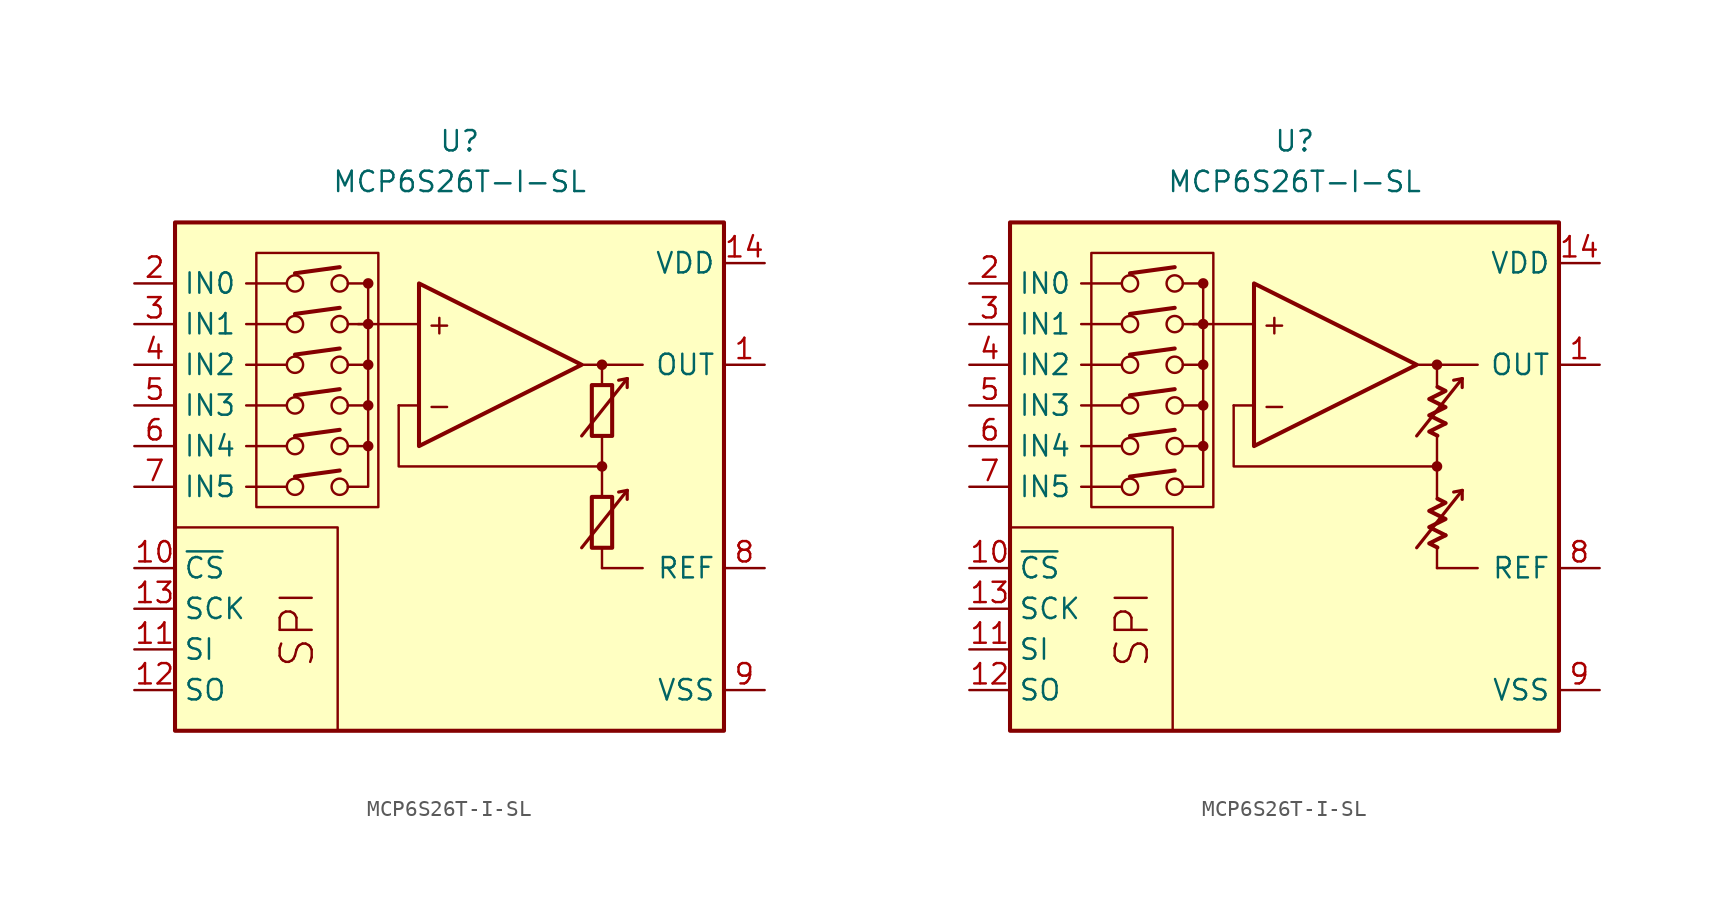
<source format=kicad_sym>
(kicad_symbol_lib
  (version 20231120)
  (generator "kicad_symbol_editor")
  (generator_version "8.0")
  (symbol "MCP6S26T-I-SL"
    (property "Reference" "U"
      (at 0 19.05 0)
      (effects (font (size 1.27 1.27))))
    (property "Value" "MCP6S26T-I-SL"
      (at 0 16.51 0)
      (effects (font (size 1.27 1.27))))
    (symbol "MCP6S26T-I-SL_0_0"
      (rectangle (start -17.78 13.97) (end 16.51 -17.78) (stroke (width 0.254) (type default)) (fill (type background)))
      (rectangle (start -12.7 12.065) (end -5.08 -3.81) (stroke (width 0.152) (type default)) (fill (type none)))
      (circle (center -10.287 -2.54) (radius 0.508) (stroke (width 0) (type default)) (fill (type none)))
      (circle (center -10.287 0) (radius 0.508) (stroke (width 0) (type default)) (fill (type none)))
      (circle (center -10.287 2.54) (radius 0.508) (stroke (width 0) (type default)) (fill (type none)))
      (circle (center -10.287 5.08) (radius 0.508) (stroke (width 0) (type default)) (fill (type none)))
      (circle (center -10.287 7.62) (radius 0.508) (stroke (width 0) (type default)) (fill (type none)))
      (circle (center -10.287 10.16) (radius 0.508) (stroke (width 0) (type default)) (fill (type none)))
      (circle (center -7.493 -2.54) (radius 0.508) (stroke (width 0) (type default)) (fill (type none)))
      (circle (center -7.493 0) (radius 0.508) (stroke (width 0) (type default)) (fill (type none)))
      (circle (center -7.493 2.54) (radius 0.508) (stroke (width 0) (type default)) (fill (type none)))
      (circle (center -7.493 5.08) (radius 0.508) (stroke (width 0) (type default)) (fill (type none)))
      (circle (center -7.493 7.62) (radius 0.508) (stroke (width 0) (type default)) (fill (type none)))
      (circle (center -7.493 10.16) (radius 0.508) (stroke (width 0) (type default)) (fill (type none)))
      (circle (center -5.715 0) (radius 0.254) (stroke (width 0.152) (type default)) (fill (type outline)))
      (circle (center -5.715 2.54) (radius 0.254) (stroke (width 0.152) (type default)) (fill (type outline)))
      (circle (center -5.715 5.08) (radius 0.254) (stroke (width 0.152) (type default)) (fill (type outline)))
      (circle (center -5.715 7.62) (radius 0.254) (stroke (width 0.152) (type default)) (fill (type outline)))
      (circle (center -5.715 10.16) (radius 0.254) (stroke (width 0.152) (type default)) (fill (type outline)))
      (polyline (pts (xy 8.89 -3.81)) (stroke (width 0.152) (type default)) (fill (type none)))
      (polyline (pts (xy 8.89 -3.81)) (stroke (width 0.152) (type default)) (fill (type none)))
      (polyline (pts (xy 8.89 -3.175)) (stroke (width 0.152) (type default)) (fill (type none)))
      (polyline (pts (xy 8.89 3.175)) (stroke (width 0.152) (type default)) (fill (type none)))
      (polyline (pts (xy 8.89 3.81)) (stroke (width 0.152) (type default)) (fill (type none)))
      (polyline (pts (xy 8.89 3.81)) (stroke (width 0.152) (type default)) (fill (type none)))
      (polyline (pts (xy -10.795 -2.54) (xy -13.335 -2.54)) (stroke (width 0.152) (type default)) (fill (type none)))
      (polyline (pts (xy -10.795 0) (xy -13.335 0)) (stroke (width 0.152) (type default)) (fill (type none)))
      (polyline (pts (xy -10.795 2.54) (xy -13.335 2.54)) (stroke (width 0.152) (type default)) (fill (type none)))
      (polyline (pts (xy -10.795 5.08) (xy -13.335 5.08)) (stroke (width 0.152) (type default)) (fill (type none)))
      (polyline (pts (xy -10.795 7.62) (xy -13.335 7.62)) (stroke (width 0.152) (type default)) (fill (type none)))
      (polyline (pts (xy -10.795 10.16) (xy -13.335 10.16)) (stroke (width 0.152) (type default)) (fill (type none)))
      (polyline (pts (xy -10.287 -1.905) (xy -7.493 -1.524)) (stroke (width 0.254) (type default)) (fill (type none)))
      (polyline (pts (xy -10.287 0.635) (xy -7.493 1.016)) (stroke (width 0.254) (type default)) (fill (type none)))
      (polyline (pts (xy -10.287 3.175) (xy -7.493 3.556)) (stroke (width 0.254) (type default)) (fill (type none)))
      (polyline (pts (xy -10.287 5.715) (xy -7.493 6.096)) (stroke (width 0.254) (type default)) (fill (type none)))
      (polyline (pts (xy -10.287 8.255) (xy -7.493 8.636)) (stroke (width 0.254) (type default)) (fill (type none)))
      (polyline (pts (xy -10.287 10.795) (xy -7.493 11.176)) (stroke (width 0.254) (type default)) (fill (type none)))
      (polyline (pts (xy -5.715 10.16) (xy -6.985 10.16)) (stroke (width 0.152) (type default)) (fill (type none)))
      (polyline (pts (xy -2.54 2.54) (xy -3.81 2.54)) (stroke (width 0.152) (type default)) (fill (type none)))
      (polyline (pts (xy -2.54 7.62) (xy -6.35 7.62)) (stroke (width 0.152) (type default)) (fill (type none)))
      (polyline (pts (xy 7.62 5.08) (xy 11.43 5.08)) (stroke (width 0.152) (type default)) (fill (type none)))
      (polyline (pts (xy 8.89 -6.35) (xy 8.89 -7.62)) (stroke (width 0.152) (type default)) (fill (type none)))
      (polyline (pts (xy 8.89 -1.27) (xy 8.89 -3.175)) (stroke (width 0.152) (type default)) (fill (type none)))
      (polyline (pts (xy 8.89 0.635) (xy 8.89 -1.27)) (stroke (width 0.152) (type default)) (fill (type none)))
      (polyline (pts (xy 8.89 5.08) (xy 8.89 3.81)) (stroke (width 0.152) (type default)) (fill (type none)))
      (polyline (pts (xy -7.62 -17.78) (xy -7.62 -5.08) (xy -17.78 -5.08)) (stroke (width 0.152) (type default)) (fill (type none)))
      (polyline (pts (xy -6.985 -2.54) (xy -5.715 -2.54) (xy -5.715 0)) (stroke (width 0.152) (type default)) (fill (type none)))
      (polyline (pts (xy -6.985 0) (xy -5.715 0) (xy -5.715 2.54)) (stroke (width 0.152) (type default)) (fill (type none)))
      (polyline (pts (xy -6.985 2.54) (xy -5.715 2.54) (xy -5.715 5.08)) (stroke (width 0.152) (type default)) (fill (type none)))
      (polyline (pts (xy -6.985 5.08) (xy -5.715 5.08) (xy -5.715 7.62)) (stroke (width 0.152) (type default)) (fill (type none)))
      (polyline (pts (xy -6.985 7.62) (xy -5.715 7.62) (xy -5.715 10.16)) (stroke (width 0.152) (type default)) (fill (type none)))
      (polyline (pts (xy 8.89 -1.27) (xy -3.81 -1.27) (xy -3.81 2.54)) (stroke (width 0.152) (type default)) (fill (type none)))
      (circle (center 8.89 -1.27) (radius 0.254) (stroke (width 0.152) (type default)) (fill (type outline)))
      (circle (center 8.89 5.08) (radius 0.254) (stroke (width 0.152) (type default)) (fill (type outline)))
      (text "+" (at -1.27 7.62 0) (effects (font (size 1.27 1.27))))
      (text "-" (at -1.27 2.54 0) (effects (font (size 1.27 1.27))))
      (text "SPI" (at -10.16 -11.43 900) (effects (font (size 2 2)))))
    (symbol "MCP6S26T-I-SL_0_1"
      (rectangle (start 8.255 -3.175) (end 9.525 -6.35) (stroke (width 0.254) (type default)) (fill (type none)))
      (rectangle (start 8.255 3.81) (end 9.525 0.635) (stroke (width 0.254) (type default)) (fill (type none))))
    (symbol "MCP6S26T-I-SL_0_2"
      (polyline (pts (xy 9.422 -5.572) (xy 8.406 -6.08) (xy 8.915 -6.333)) (stroke (width 0.254) (type default)) (fill (type none)))
      (polyline (pts (xy 9.422 1.413) (xy 8.406 0.905) (xy 8.915 0.651)) (stroke (width 0.254) (type default)) (fill (type none)))
      (polyline (pts (xy 8.915 -3.285) (xy 9.422 -3.539) (xy 8.406 -4.048) (xy 9.422 -4.556) (xy 8.406 -5.064) (xy 9.422 -5.572)) (stroke (width 0.254) (type default)) (fill (type none)))
      (polyline (pts (xy 8.915 3.7) (xy 9.422 3.446) (xy 8.406 2.938) (xy 9.422 2.429) (xy 8.406 1.921) (xy 9.422 1.413)) (stroke (width 0.254) (type default)) (fill (type none))))
    (symbol "MCP6S26T-I-SL_1_0"
      (polyline (pts (xy 8.89 -7.62) (xy 11.43 -7.62)) (stroke (width 0) (type default)) (fill (type none)))
      (polyline (pts (xy 10.465 -2.769) (xy 9.931 -2.87)) (stroke (width 0.2) (type default)) (fill (type none)))
      (polyline (pts (xy 10.465 -2.769) (xy 10.465 -3.327)) (stroke (width 0.2) (type default)) (fill (type none)))
      (polyline (pts (xy 10.465 4.216) (xy 9.931 4.115)) (stroke (width 0.2) (type default)) (fill (type none)))
      (polyline (pts (xy 10.465 4.216) (xy 10.465 3.658)) (stroke (width 0.2) (type default)) (fill (type none)))
      (polyline (pts (xy -2.54 10.16) (xy -2.54 0) (xy 7.62 5.08) (xy -2.54 10.16)) (stroke (width 0.254) (type default)) (fill (type background)))
      (polyline (pts (xy 7.62 -6.35) (xy 10.465 -2.769) (xy 10.465 -2.769) (xy 10.465 -2.769)) (stroke (width 0.2) (type default)) (fill (type none)))
      (polyline (pts (xy 7.62 0.635) (xy 10.465 4.216) (xy 10.465 4.216) (xy 10.465 4.216)) (stroke (width 0.2) (type default)) (fill (type none))))
    (symbol "MCP6S26T-I-SL_1_1"
      (pin output line (at 19.05 5.08 180) (length 2.54) (name "OUT" (effects (font (size 1.27 1.27)))) (number "1" (effects (font (size 1.27 1.27)))))
      (pin input line (at -20.32 -7.62 0) (length 2.54) (name "~{CS}" (effects (font (size 1.27 1.27)))) (number "10" (effects (font (size 1.27 1.27)))))
      (pin input line (at -20.32 -12.7 0) (length 2.54) (name "SI" (effects (font (size 1.27 1.27)))) (number "11" (effects (font (size 1.27 1.27)))))
      (pin output line (at -20.32 -15.24 0) (length 2.54) (name "SO" (effects (font (size 1.27 1.27)))) (number "12" (effects (font (size 1.27 1.27)))))
      (pin input line (at -20.32 -10.16 0) (length 2.54) (name "SCK" (effects (font (size 1.27 1.27)))) (number "13" (effects (font (size 1.27 1.27)))))
      (pin power_in line (at 19.05 11.43 180) (length 2.54) (name "VDD" (effects (font (size 1.27 1.27)))) (number "14" (effects (font (size 1.27 1.27)))))
      (pin input line (at -20.32 10.16 0) (length 2.54) (name "IN0" (effects (font (size 1.27 1.27)))) (number "2" (effects (font (size 1.27 1.27)))))
      (pin input line (at -20.32 7.62 0) (length 2.54) (name "IN1" (effects (font (size 1.27 1.27)))) (number "3" (effects (font (size 1.27 1.27)))))
      (pin input line (at -20.32 5.08 0) (length 2.54) (name "IN2" (effects (font (size 1.27 1.27)))) (number "4" (effects (font (size 1.27 1.27)))))
      (pin input line (at -20.32 2.54 0) (length 2.54) (name "IN3" (effects (font (size 1.27 1.27)))) (number "5" (effects (font (size 1.27 1.27)))))
      (pin input line (at -20.32 0 0) (length 2.54) (name "IN4" (effects (font (size 1.27 1.27)))) (number "6" (effects (font (size 1.27 1.27)))))
      (pin input line (at -20.32 -2.54 0) (length 2.54) (name "IN5" (effects (font (size 1.27 1.27)))) (number "7" (effects (font (size 1.27 1.27)))))
      (pin passive line (at 19.05 -7.62 180) (length 2.54) (name "REF" (effects (font (size 1.27 1.27)))) (number "8" (effects (font (size 1.27 1.27)))))
      (pin power_in line (at 19.05 -15.24 180) (length 2.54) (name "VSS" (effects (font (size 1.27 1.27)))) (number "9" (effects (font (size 1.27 1.27))))))
    (symbol "MCP6S26T-I-SL_1_2"
      (pin output line (at 19.05 5.08 180) (length 2.54) (name "OUT" (effects (font (size 1.27 1.27)))) (number "1" (effects (font (size 1.27 1.27)))))
      (pin input line (at -20.32 -7.62 0) (length 2.54) (name "~{CS}" (effects (font (size 1.27 1.27)))) (number "10" (effects (font (size 1.27 1.27)))))
      (pin input line (at -20.32 -12.7 0) (length 2.54) (name "SI" (effects (font (size 1.27 1.27)))) (number "11" (effects (font (size 1.27 1.27)))))
      (pin output line (at -20.32 -15.24 0) (length 2.54) (name "SO" (effects (font (size 1.27 1.27)))) (number "12" (effects (font (size 1.27 1.27)))))
      (pin input line (at -20.32 -10.16 0) (length 2.54) (name "SCK" (effects (font (size 1.27 1.27)))) (number "13" (effects (font (size 1.27 1.27)))))
      (pin power_in line (at 19.05 11.43 180) (length 2.54) (name "VDD" (effects (font (size 1.27 1.27)))) (number "14" (effects (font (size 1.27 1.27)))))
      (pin input line (at -20.32 10.16 0) (length 2.54) (name "IN0" (effects (font (size 1.27 1.27)))) (number "2" (effects (font (size 1.27 1.27)))))
      (pin input line (at -20.32 7.62 0) (length 2.54) (name "IN1" (effects (font (size 1.27 1.27)))) (number "3" (effects (font (size 1.27 1.27)))))
      (pin input line (at -20.32 5.08 0) (length 2.54) (name "IN2" (effects (font (size 1.27 1.27)))) (number "4" (effects (font (size 1.27 1.27)))))
      (pin input line (at -20.32 2.54 0) (length 2.54) (name "IN3" (effects (font (size 1.27 1.27)))) (number "5" (effects (font (size 1.27 1.27)))))
      (pin input line (at -20.32 0 0) (length 2.54) (name "IN4" (effects (font (size 1.27 1.27)))) (number "6" (effects (font (size 1.27 1.27)))))
      (pin input line (at -20.32 -2.54 0) (length 2.54) (name "IN5" (effects (font (size 1.27 1.27)))) (number "7" (effects (font (size 1.27 1.27)))))
      (pin passive line (at 19.05 -7.62 180) (length 2.54) (name "REF" (effects (font (size 1.27 1.27)))) (number "8" (effects (font (size 1.27 1.27)))))
      (pin power_in line (at 19.05 -15.24 180) (length 2.54) (name "VSS" (effects (font (size 1.27 1.27)))) (number "9" (effects (font (size 1.27 1.27))))))))
</source>
